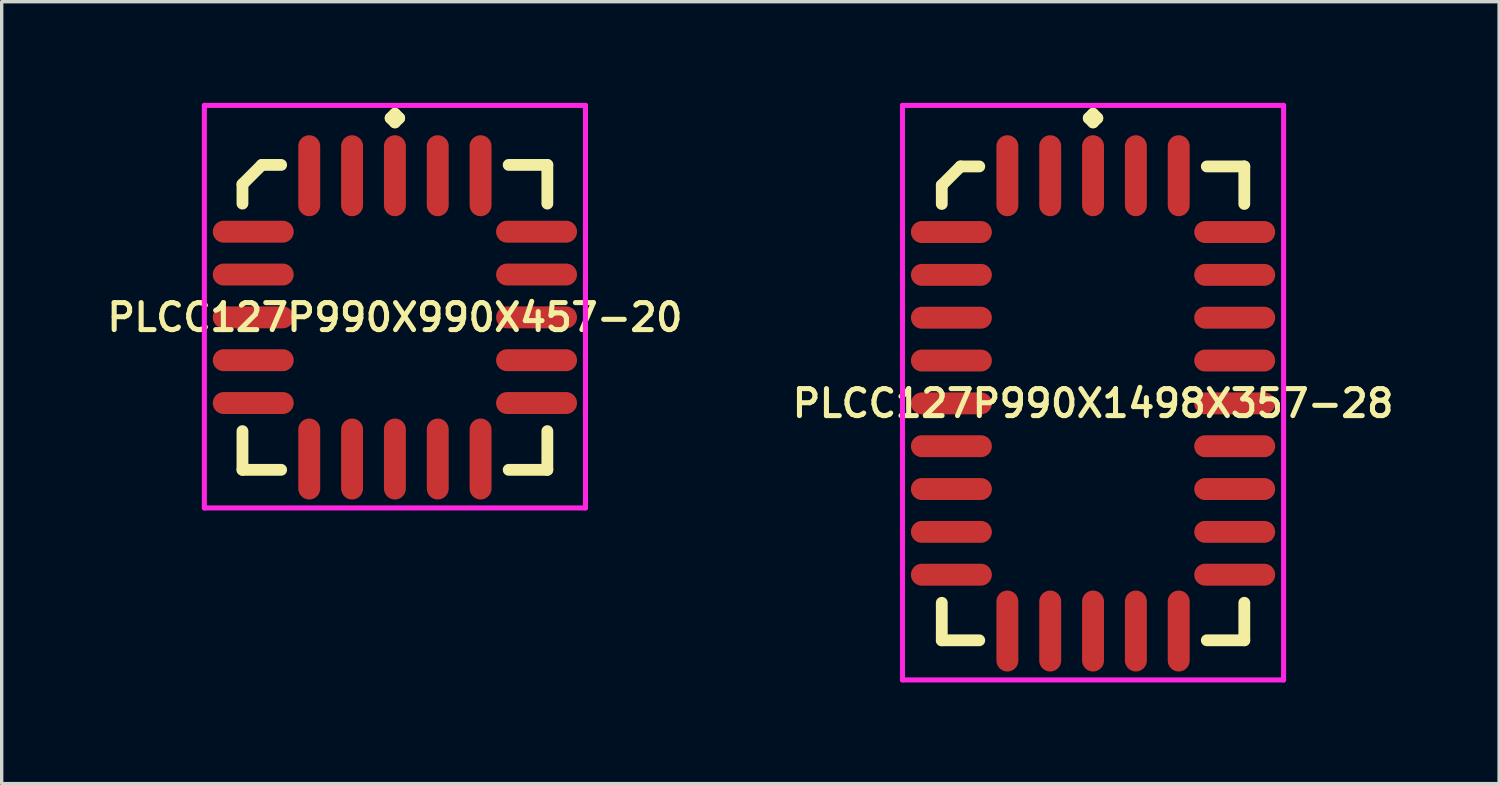
<source format=kicad_pcb>
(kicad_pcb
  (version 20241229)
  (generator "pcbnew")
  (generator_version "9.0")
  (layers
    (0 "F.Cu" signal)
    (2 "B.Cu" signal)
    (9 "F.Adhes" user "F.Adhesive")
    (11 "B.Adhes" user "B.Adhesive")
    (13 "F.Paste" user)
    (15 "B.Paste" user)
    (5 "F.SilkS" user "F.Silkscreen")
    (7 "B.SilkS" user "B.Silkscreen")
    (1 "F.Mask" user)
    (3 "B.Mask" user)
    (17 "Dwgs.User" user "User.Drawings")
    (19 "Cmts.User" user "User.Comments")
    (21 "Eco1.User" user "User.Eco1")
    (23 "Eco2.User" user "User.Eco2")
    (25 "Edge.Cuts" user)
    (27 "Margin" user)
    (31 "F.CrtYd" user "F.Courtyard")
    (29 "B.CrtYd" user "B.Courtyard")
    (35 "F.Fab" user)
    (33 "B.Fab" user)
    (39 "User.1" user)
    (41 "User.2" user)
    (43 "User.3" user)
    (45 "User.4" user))
  (footprint "PLCC127P990X1498X357-28"
    (layer "F.Cu")
    (at 29.359 8.91)
    (property "Reference" "PLCC127P990X1498X357-28" (at 0 0 0) (layer "F.SilkS") (effects (font (size 0.8 0.8) (thickness 0.15))))
    (attr smd)
    (fp_line (start -4.485 -6.469) (end -3.929 -7.025) (stroke (width 0.35) (type solid)) (layer "F.SilkS"))
    (fp_line (start -4.485 -5.913) (end -4.485 -6.469) (stroke (width 0.35) (type solid)) (layer "F.SilkS"))
    (fp_line (start -4.485 5.913) (end -4.485 7.025) (stroke (width 0.35) (type solid)) (layer "F.SilkS"))
    (fp_line (start -4.485 7.025) (end -3.373 7.025) (stroke (width 0.35) (type solid)) (layer "F.SilkS"))
    (fp_line (start -3.929 -7.025) (end -3.373 -7.025) (stroke (width 0.35) (type solid)) (layer "F.SilkS"))
    (fp_line (start -0.127 -8.458) (end 0 -8.585) (stroke (width 0.35) (type solid)) (layer "F.SilkS"))
    (fp_line (start 0 -8.585) (end 0.127 -8.458) (stroke (width 0.35) (type solid)) (layer "F.SilkS"))
    (fp_line (start 0 -8.331) (end -0.127 -8.458) (stroke (width 0.35) (type solid)) (layer "F.SilkS"))
    (fp_line (start 0.127 -8.458) (end 0 -8.331) (stroke (width 0.35) (type solid)) (layer "F.SilkS"))
    (fp_line (start 4.485 -7.025) (end 3.373 -7.025) (stroke (width 0.35) (type solid)) (layer "F.SilkS"))
    (fp_line (start 4.485 -5.913) (end 4.485 -7.025) (stroke (width 0.35) (type solid)) (layer "F.SilkS"))
    (fp_line (start 4.485 5.913) (end 4.485 7.025) (stroke (width 0.35) (type solid)) (layer "F.SilkS"))
    (fp_line (start 4.485 7.025) (end 3.373 7.025) (stroke (width 0.35) (type solid)) (layer "F.SilkS"))
    (fp_line (start -5.65 -8.835) (end 5.65 -8.835) (stroke (width 0.15) (type solid)) (layer "F.CrtYd"))
    (fp_line (start -5.65 8.2) (end -5.65 -8.835) (stroke (width 0.15) (type solid)) (layer "F.CrtYd"))
    (fp_line (start 5.65 -8.835) (end 5.65 8.2) (stroke (width 0.15) (type solid)) (layer "F.CrtYd"))
    (fp_line (start 5.65 8.2) (end -5.65 8.2) (stroke (width 0.15) (type solid)) (layer "F.CrtYd"))
    (pad "1" smd oval (at 0 -6.75) (size 0.65 2.4) (layers "F.Cu" "F.Mask" "F.Paste"))
    (pad "2" smd oval (at -1.27 -6.75) (size 0.65 2.4) (layers "F.Cu" "F.Mask" "F.Paste"))
    (pad "3" smd oval (at -2.54 -6.75) (size 0.65 2.4) (layers "F.Cu" "F.Mask" "F.Paste"))
    (pad "4" smd oval (at -4.2 -5.08) (size 2.4 0.65) (layers "F.Cu" "F.Mask" "F.Paste"))
    (pad "5" smd oval (at -4.2 -3.81) (size 2.4 0.65) (layers "F.Cu" "F.Mask" "F.Paste"))
    (pad "6" smd oval (at -4.2 -2.54) (size 2.4 0.65) (layers "F.Cu" "F.Mask" "F.Paste"))
    (pad "7" smd oval (at -4.2 -1.27) (size 2.4 0.65) (layers "F.Cu" "F.Mask" "F.Paste"))
    (pad "8" smd oval (at -4.2 0) (size 2.4 0.65) (layers "F.Cu" "F.Mask" "F.Paste"))
    (pad "9" smd oval (at -4.2 1.27) (size 2.4 0.65) (layers "F.Cu" "F.Mask" "F.Paste"))
    (pad "10" smd oval (at -4.2 2.54) (size 2.4 0.65) (layers "F.Cu" "F.Mask" "F.Paste"))
    (pad "11" smd oval (at -4.2 3.81) (size 2.4 0.65) (layers "F.Cu" "F.Mask" "F.Paste"))
    (pad "12" smd oval (at -4.2 5.08) (size 2.4 0.65) (layers "F.Cu" "F.Mask" "F.Paste"))
    (pad "13" smd oval (at -2.54 6.75) (size 0.65 2.4) (layers "F.Cu" "F.Mask" "F.Paste"))
    (pad "14" smd oval (at -1.27 6.75) (size 0.65 2.4) (layers "F.Cu" "F.Mask" "F.Paste"))
    (pad "15" smd oval (at 0 6.75) (size 0.65 2.4) (layers "F.Cu" "F.Mask" "F.Paste"))
    (pad "16" smd oval (at 1.27 6.75) (size 0.65 2.4) (layers "F.Cu" "F.Mask" "F.Paste"))
    (pad "17" smd oval (at 2.54 6.75) (size 0.65 2.4) (layers "F.Cu" "F.Mask" "F.Paste"))
    (pad "18" smd oval (at 4.2 5.08) (size 2.4 0.65) (layers "F.Cu" "F.Mask" "F.Paste"))
    (pad "19" smd oval (at 4.2 3.81) (size 2.4 0.65) (layers "F.Cu" "F.Mask" "F.Paste"))
    (pad "20" smd oval (at 4.2 2.54) (size 2.4 0.65) (layers "F.Cu" "F.Mask" "F.Paste"))
    (pad "21" smd oval (at 4.2 1.27) (size 2.4 0.65) (layers "F.Cu" "F.Mask" "F.Paste"))
    (pad "22" smd oval (at 4.2 0) (size 2.4 0.65) (layers "F.Cu" "F.Mask" "F.Paste"))
    (pad "23" smd oval (at 4.2 -1.27) (size 2.4 0.65) (layers "F.Cu" "F.Mask" "F.Paste"))
    (pad "24" smd oval (at 4.2 -2.54) (size 2.4 0.65) (layers "F.Cu" "F.Mask" "F.Paste"))
    (pad "25" smd oval (at 4.2 -3.81) (size 2.4 0.65) (layers "F.Cu" "F.Mask" "F.Paste"))
    (pad "26" smd oval (at 4.2 -5.08) (size 2.4 0.65) (layers "F.Cu" "F.Mask" "F.Paste"))
    (pad "27" smd oval (at 2.54 -6.75) (size 0.65 2.4) (layers "F.Cu" "F.Mask" "F.Paste"))
    (pad "28" smd oval (at 1.27 -6.75) (size 0.65 2.4) (layers "F.Cu" "F.Mask" "F.Paste")))
  (footprint "PLCC127P990X990X457-20"
    (layer "F.Cu")
    (at 8.659 6.36)
    (property "Reference" "PLCC127P990X990X457-20" (at 0 0 0) (layer "F.SilkS") (effects (font (size 0.8 0.8) (thickness 0.15))))
    (attr smd)
    (fp_line (start -4.52 -3.946) (end -3.946 -4.52) (stroke (width 0.35) (type solid)) (layer "F.SilkS"))
    (fp_line (start -4.52 -3.373) (end -4.52 -3.946) (stroke (width 0.35) (type solid)) (layer "F.SilkS"))
    (fp_line (start -4.52 3.373) (end -4.52 4.52) (stroke (width 0.35) (type solid)) (layer "F.SilkS"))
    (fp_line (start -4.52 4.52) (end -3.373 4.52) (stroke (width 0.35) (type solid)) (layer "F.SilkS"))
    (fp_line (start -3.946 -4.52) (end -3.373 -4.52) (stroke (width 0.35) (type solid)) (layer "F.SilkS"))
    (fp_line (start -0.127 -5.908) (end 0 -6.035) (stroke (width 0.35) (type solid)) (layer "F.SilkS"))
    (fp_line (start 0 -6.035) (end 0.127 -5.908) (stroke (width 0.35) (type solid)) (layer "F.SilkS"))
    (fp_line (start 0 -5.781) (end -0.127 -5.908) (stroke (width 0.35) (type solid)) (layer "F.SilkS"))
    (fp_line (start 0.127 -5.908) (end 0 -5.781) (stroke (width 0.35) (type solid)) (layer "F.SilkS"))
    (fp_line (start 4.52 -4.52) (end 3.373 -4.52) (stroke (width 0.35) (type solid)) (layer "F.SilkS"))
    (fp_line (start 4.52 -3.373) (end 4.52 -4.52) (stroke (width 0.35) (type solid)) (layer "F.SilkS"))
    (fp_line (start 4.52 3.373) (end 4.52 4.52) (stroke (width 0.35) (type solid)) (layer "F.SilkS"))
    (fp_line (start 4.52 4.52) (end 3.373 4.52) (stroke (width 0.35) (type solid)) (layer "F.SilkS"))
    (fp_line (start -5.65 -6.285) (end 5.65 -6.285) (stroke (width 0.15) (type solid)) (layer "F.CrtYd"))
    (fp_line (start -5.65 5.65) (end -5.65 -6.285) (stroke (width 0.15) (type solid)) (layer "F.CrtYd"))
    (fp_line (start 5.65 -6.285) (end 5.65 5.65) (stroke (width 0.15) (type solid)) (layer "F.CrtYd"))
    (fp_line (start 5.65 5.65) (end -5.65 5.65) (stroke (width 0.15) (type solid)) (layer "F.CrtYd"))
    (pad "1" smd oval (at 0 -4.2) (size 0.65 2.4) (layers "F.Cu" "F.Mask" "F.Paste"))
    (pad "2" smd oval (at -1.27 -4.2) (size 0.65 2.4) (layers "F.Cu" "F.Mask" "F.Paste"))
    (pad "3" smd oval (at -2.54 -4.2) (size 0.65 2.4) (layers "F.Cu" "F.Mask" "F.Paste"))
    (pad "4" smd oval (at -4.2 -2.54) (size 2.4 0.65) (layers "F.Cu" "F.Mask" "F.Paste"))
    (pad "5" smd oval (at -4.2 -1.27) (size 2.4 0.65) (layers "F.Cu" "F.Mask" "F.Paste"))
    (pad "6" smd oval (at -4.2 0) (size 2.4 0.65) (layers "F.Cu" "F.Mask" "F.Paste"))
    (pad "7" smd oval (at -4.2 1.27) (size 2.4 0.65) (layers "F.Cu" "F.Mask" "F.Paste"))
    (pad "8" smd oval (at -4.2 2.54) (size 2.4 0.65) (layers "F.Cu" "F.Mask" "F.Paste"))
    (pad "9" smd oval (at -2.54 4.2) (size 0.65 2.4) (layers "F.Cu" "F.Mask" "F.Paste"))
    (pad "10" smd oval (at -1.27 4.2) (size 0.65 2.4) (layers "F.Cu" "F.Mask" "F.Paste"))
    (pad "11" smd oval (at 0 4.2) (size 0.65 2.4) (layers "F.Cu" "F.Mask" "F.Paste"))
    (pad "12" smd oval (at 1.27 4.2) (size 0.65 2.4) (layers "F.Cu" "F.Mask" "F.Paste"))
    (pad "13" smd oval (at 2.54 4.2) (size 0.65 2.4) (layers "F.Cu" "F.Mask" "F.Paste"))
    (pad "14" smd oval (at 4.2 2.54) (size 2.4 0.65) (layers "F.Cu" "F.Mask" "F.Paste"))
    (pad "15" smd oval (at 4.2 1.27) (size 2.4 0.65) (layers "F.Cu" "F.Mask" "F.Paste"))
    (pad "16" smd oval (at 4.2 0) (size 2.4 0.65) (layers "F.Cu" "F.Mask" "F.Paste"))
    (pad "17" smd oval (at 4.2 -1.27) (size 2.4 0.65) (layers "F.Cu" "F.Mask" "F.Paste"))
    (pad "18" smd oval (at 4.2 -2.54) (size 2.4 0.65) (layers "F.Cu" "F.Mask" "F.Paste"))
    (pad "19" smd oval (at 2.54 -4.2) (size 0.65 2.4) (layers "F.Cu" "F.Mask" "F.Paste"))
    (pad "20" smd oval (at 1.27 -4.2) (size 0.65 2.4) (layers "F.Cu" "F.Mask" "F.Paste")))
  (gr_rect
    (start -3 -3)
    (end 41.399 20.185)
    (stroke (width 0.1) (type default))
    (fill no)
    (layer "Edge.Cuts")))
</source>
